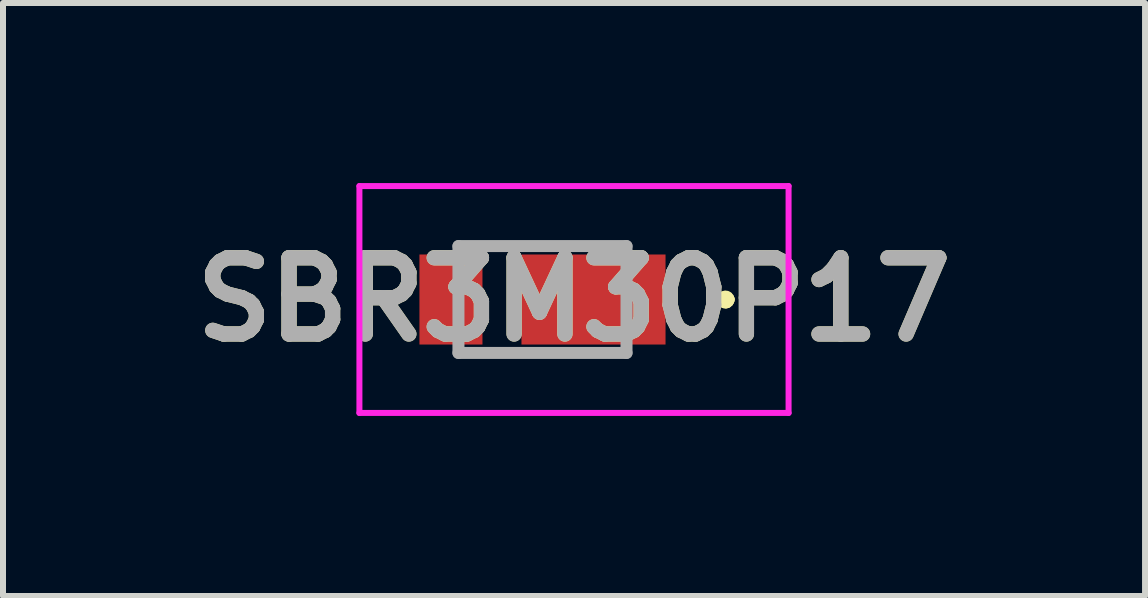
<source format=kicad_pcb>
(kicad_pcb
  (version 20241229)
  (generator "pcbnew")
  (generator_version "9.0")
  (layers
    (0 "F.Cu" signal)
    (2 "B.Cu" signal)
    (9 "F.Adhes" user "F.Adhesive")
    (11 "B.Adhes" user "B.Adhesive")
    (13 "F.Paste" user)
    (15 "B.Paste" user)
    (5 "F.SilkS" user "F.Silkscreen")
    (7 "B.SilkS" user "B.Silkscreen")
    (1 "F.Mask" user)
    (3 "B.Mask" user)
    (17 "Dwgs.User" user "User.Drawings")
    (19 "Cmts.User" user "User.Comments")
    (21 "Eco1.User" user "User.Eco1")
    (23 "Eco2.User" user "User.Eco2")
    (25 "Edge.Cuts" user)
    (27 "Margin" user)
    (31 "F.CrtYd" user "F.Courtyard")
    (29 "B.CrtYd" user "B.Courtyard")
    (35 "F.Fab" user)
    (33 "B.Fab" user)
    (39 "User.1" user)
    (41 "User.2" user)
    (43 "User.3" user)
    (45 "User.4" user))
  (footprint "SBR3M30P17"
    (layer "F.Cu")
    (at 5.988 1.94)
    (property "Reference" "SBR3M30P17" (at 0.525 0 0) (layer "F.SilkS") (effects (font (size 1.27 1.27) (thickness 0.254))))
    (attr smd)
    (fp_line (start 3 0) (end 3 0) (stroke (width 0.2) (type solid)) (layer "F.SilkS"))
    (fp_line (start 3 0) (end 3 0) (stroke (width 0.2) (type solid)) (layer "F.SilkS"))
    (fp_line (start 3.1 0) (end 3.1 0) (stroke (width 0.2) (type solid)) (layer "F.SilkS"))
    (fp_arc (start 3 0) (mid 3.05 -0.05) (end 3.1 0) (stroke (width 0.2) (type solid)) (layer "F.SilkS"))
    (fp_arc (start 3.1 0) (mid 3.05 0.05) (end 3 0) (stroke (width 0.2) (type solid)) (layer "F.SilkS"))
    (fp_arc (start 3.1 0) (mid 3.05 0.05) (end 3 0) (stroke (width 0.2) (type solid)) (layer "F.SilkS"))
    (fp_line (start -3.05 -1.89) (end 4.1 -1.89) (stroke (width 0.1) (type solid)) (layer "F.CrtYd"))
    (fp_line (start -3.05 1.89) (end -3.05 -1.89) (stroke (width 0.1) (type solid)) (layer "F.CrtYd"))
    (fp_line (start 4.1 -1.89) (end 4.1 1.89) (stroke (width 0.1) (type solid)) (layer "F.CrtYd"))
    (fp_line (start 4.1 1.89) (end -3.05 1.89) (stroke (width 0.1) (type solid)) (layer "F.CrtYd"))
    (fp_line (start -1.4 -0.89) (end -1.4 0.89) (stroke (width 0.2) (type solid)) (layer "F.Fab"))
    (fp_line (start -1.4 0.89) (end 1.4 0.89) (stroke (width 0.2) (type solid)) (layer "F.Fab"))
    (fp_line (start 1.4 -0.89) (end -1.4 -0.89) (stroke (width 0.2) (type solid)) (layer "F.Fab"))
    (fp_line (start 1.4 0.89) (end 1.4 -0.89) (stroke (width 0.2) (type solid)) (layer "F.Fab"))
    (fp_text user "${REFERENCE}" (at 0.525 0 0) (layer "F.Fab") (effects (font (size 1.27 1.27) (thickness 0.254))))
    (pad "1" smd rect (at 0.85 0 90) (size 1.5 2.4) (layers "F.Cu" "F.Mask" "F.Paste"))
    (pad "2" smd rect (at -1.525 0) (size 1.05 1.5) (layers "F.Cu" "F.Mask" "F.Paste")))
  (gr_rect
    (start -3 -3)
    (end 16.027 6.88)
    (stroke (width 0.1) (type default))
    (fill no)
    (layer "Edge.Cuts")))
</source>
